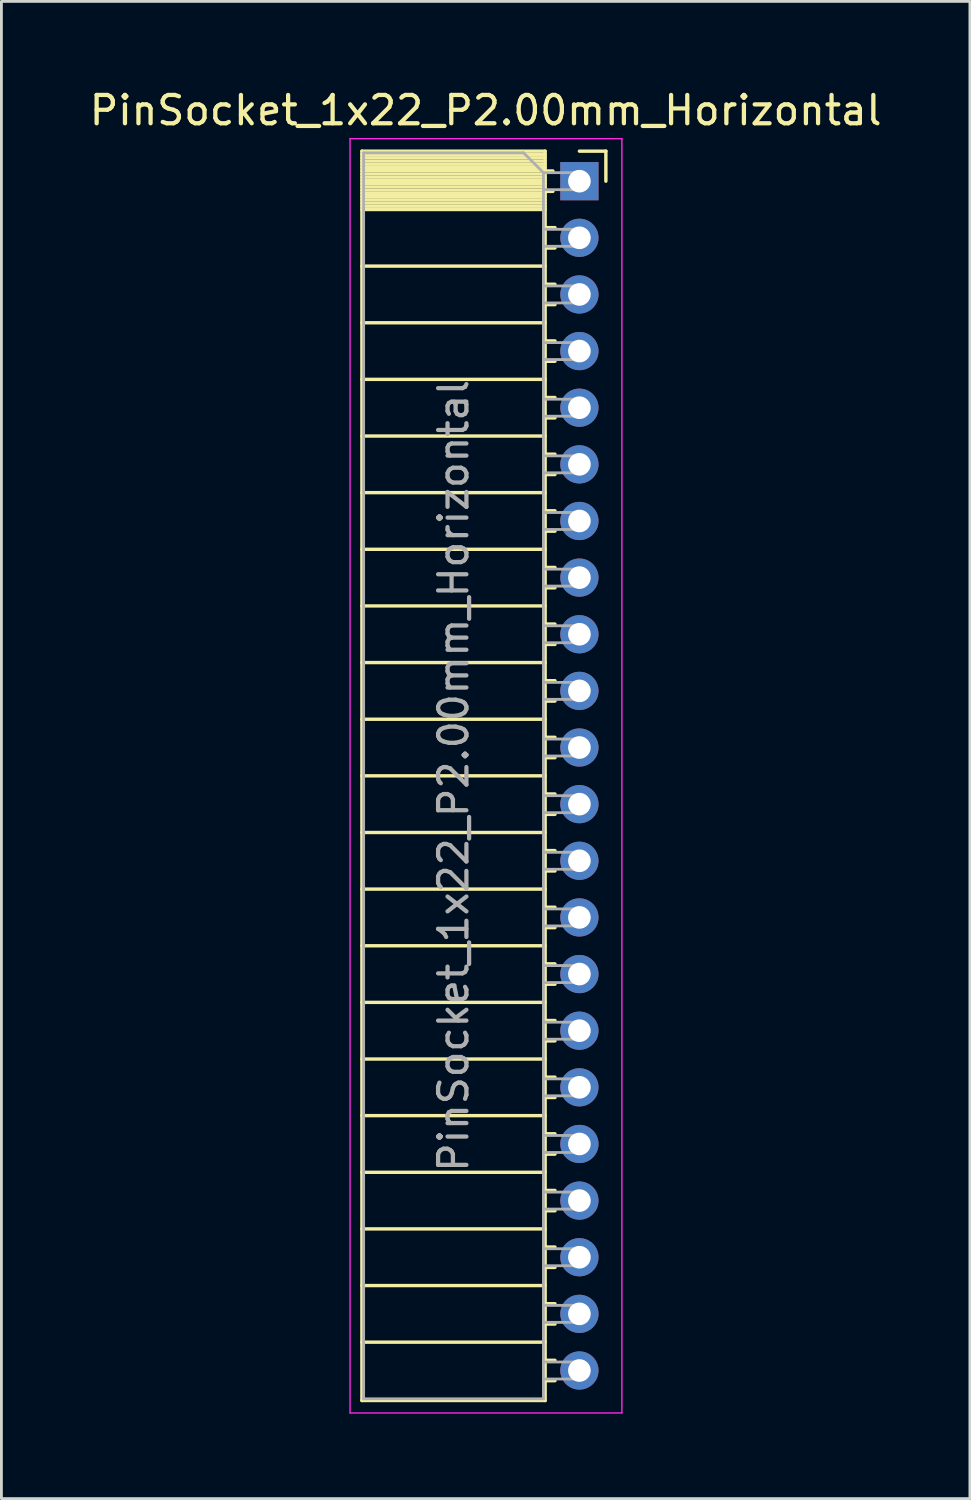
<source format=kicad_pcb>
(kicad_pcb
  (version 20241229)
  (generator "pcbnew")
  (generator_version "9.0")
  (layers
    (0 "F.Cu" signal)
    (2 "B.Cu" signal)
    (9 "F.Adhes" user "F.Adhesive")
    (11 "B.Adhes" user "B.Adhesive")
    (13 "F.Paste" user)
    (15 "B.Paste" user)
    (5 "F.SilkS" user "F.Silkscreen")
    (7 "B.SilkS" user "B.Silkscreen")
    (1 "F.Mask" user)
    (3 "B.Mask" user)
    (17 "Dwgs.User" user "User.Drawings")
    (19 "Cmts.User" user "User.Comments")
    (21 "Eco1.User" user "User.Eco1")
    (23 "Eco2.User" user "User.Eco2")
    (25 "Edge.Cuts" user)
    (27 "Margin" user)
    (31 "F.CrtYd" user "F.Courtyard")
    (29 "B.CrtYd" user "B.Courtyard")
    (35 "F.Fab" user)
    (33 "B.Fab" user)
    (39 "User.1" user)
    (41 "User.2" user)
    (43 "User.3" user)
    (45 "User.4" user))
  (footprint "PinSocket_1x22_P2.00mm_Horizontal"
    (layer "F.Cu")
    (at 17.411 3.348)
    (property "Reference" "PinSocket_1x22_P2.00mm_Horizontal" (at -3.31 -2.5 0) (layer "F.SilkS") (effects (font (size 1 1) (thickness 0.15))))
    (attr through_hole)
    (fp_line (start -7.68 -1.06) (end -7.68 43.06) (stroke (width 0.12) (type solid)) (layer "F.SilkS"))
    (fp_line (start -7.68 -1.06) (end -1.21 -1.06) (stroke (width 0.12) (type solid)) (layer "F.SilkS"))
    (fp_line (start -7.68 -0.94) (end -1.21 -0.94) (stroke (width 0.12) (type solid)) (layer "F.SilkS"))
    (fp_line (start -7.68 -0.826) (end -1.21 -0.826) (stroke (width 0.12) (type solid)) (layer "F.SilkS"))
    (fp_line (start -7.68 -0.712) (end -1.21 -0.712) (stroke (width 0.12) (type solid)) (layer "F.SilkS"))
    (fp_line (start -7.68 -0.598) (end -1.21 -0.598) (stroke (width 0.12) (type solid)) (layer "F.SilkS"))
    (fp_line (start -7.68 -0.484) (end -1.21 -0.484) (stroke (width 0.12) (type solid)) (layer "F.SilkS"))
    (fp_line (start -7.68 -0.369) (end -1.21 -0.369) (stroke (width 0.12) (type solid)) (layer "F.SilkS"))
    (fp_line (start -7.68 -0.255) (end -1.21 -0.255) (stroke (width 0.12) (type solid)) (layer "F.SilkS"))
    (fp_line (start -7.68 -0.141) (end -1.21 -0.141) (stroke (width 0.12) (type solid)) (layer "F.SilkS"))
    (fp_line (start -7.68 -0.027) (end -1.21 -0.027) (stroke (width 0.12) (type solid)) (layer "F.SilkS"))
    (fp_line (start -7.68 0.087) (end -1.21 0.087) (stroke (width 0.12) (type solid)) (layer "F.SilkS"))
    (fp_line (start -7.68 0.201) (end -1.21 0.201) (stroke (width 0.12) (type solid)) (layer "F.SilkS"))
    (fp_line (start -7.68 0.315) (end -1.21 0.315) (stroke (width 0.12) (type solid)) (layer "F.SilkS"))
    (fp_line (start -7.68 0.429) (end -1.21 0.429) (stroke (width 0.12) (type solid)) (layer "F.SilkS"))
    (fp_line (start -7.68 0.544) (end -1.21 0.544) (stroke (width 0.12) (type solid)) (layer "F.SilkS"))
    (fp_line (start -7.68 0.658) (end -1.21 0.658) (stroke (width 0.12) (type solid)) (layer "F.SilkS"))
    (fp_line (start -7.68 0.772) (end -1.21 0.772) (stroke (width 0.12) (type solid)) (layer "F.SilkS"))
    (fp_line (start -7.68 0.886) (end -1.21 0.886) (stroke (width 0.12) (type solid)) (layer "F.SilkS"))
    (fp_line (start -7.68 1) (end -1.21 1) (stroke (width 0.12) (type solid)) (layer "F.SilkS"))
    (fp_line (start -7.68 3) (end -1.21 3) (stroke (width 0.12) (type solid)) (layer "F.SilkS"))
    (fp_line (start -7.68 5) (end -1.21 5) (stroke (width 0.12) (type solid)) (layer "F.SilkS"))
    (fp_line (start -7.68 7) (end -1.21 7) (stroke (width 0.12) (type solid)) (layer "F.SilkS"))
    (fp_line (start -7.68 9) (end -1.21 9) (stroke (width 0.12) (type solid)) (layer "F.SilkS"))
    (fp_line (start -7.68 11) (end -1.21 11) (stroke (width 0.12) (type solid)) (layer "F.SilkS"))
    (fp_line (start -7.68 13) (end -1.21 13) (stroke (width 0.12) (type solid)) (layer "F.SilkS"))
    (fp_line (start -7.68 15) (end -1.21 15) (stroke (width 0.12) (type solid)) (layer "F.SilkS"))
    (fp_line (start -7.68 17) (end -1.21 17) (stroke (width 0.12) (type solid)) (layer "F.SilkS"))
    (fp_line (start -7.68 19) (end -1.21 19) (stroke (width 0.12) (type solid)) (layer "F.SilkS"))
    (fp_line (start -7.68 21) (end -1.21 21) (stroke (width 0.12) (type solid)) (layer "F.SilkS"))
    (fp_line (start -7.68 23) (end -1.21 23) (stroke (width 0.12) (type solid)) (layer "F.SilkS"))
    (fp_line (start -7.68 25) (end -1.21 25) (stroke (width 0.12) (type solid)) (layer "F.SilkS"))
    (fp_line (start -7.68 27) (end -1.21 27) (stroke (width 0.12) (type solid)) (layer "F.SilkS"))
    (fp_line (start -7.68 29) (end -1.21 29) (stroke (width 0.12) (type solid)) (layer "F.SilkS"))
    (fp_line (start -7.68 31) (end -1.21 31) (stroke (width 0.12) (type solid)) (layer "F.SilkS"))
    (fp_line (start -7.68 33) (end -1.21 33) (stroke (width 0.12) (type solid)) (layer "F.SilkS"))
    (fp_line (start -7.68 35) (end -1.21 35) (stroke (width 0.12) (type solid)) (layer "F.SilkS"))
    (fp_line (start -7.68 37) (end -1.21 37) (stroke (width 0.12) (type solid)) (layer "F.SilkS"))
    (fp_line (start -7.68 39) (end -1.21 39) (stroke (width 0.12) (type solid)) (layer "F.SilkS"))
    (fp_line (start -7.68 41) (end -1.21 41) (stroke (width 0.12) (type solid)) (layer "F.SilkS"))
    (fp_line (start -7.68 43.06) (end -1.21 43.06) (stroke (width 0.12) (type solid)) (layer "F.SilkS"))
    (fp_line (start -1.21 -1.06) (end -1.21 43.06) (stroke (width 0.12) (type solid)) (layer "F.SilkS"))
    (fp_line (start -1.21 -0.36) (end -0.935 -0.36) (stroke (width 0.12) (type solid)) (layer "F.SilkS"))
    (fp_line (start -1.21 0.36) (end -0.935 0.36) (stroke (width 0.12) (type solid)) (layer "F.SilkS"))
    (fp_line (start -1.21 1.64) (end -0.863 1.64) (stroke (width 0.12) (type solid)) (layer "F.SilkS"))
    (fp_line (start -1.21 2.36) (end -0.863 2.36) (stroke (width 0.12) (type solid)) (layer "F.SilkS"))
    (fp_line (start -1.21 3.64) (end -0.863 3.64) (stroke (width 0.12) (type solid)) (layer "F.SilkS"))
    (fp_line (start -1.21 4.36) (end -0.863 4.36) (stroke (width 0.12) (type solid)) (layer "F.SilkS"))
    (fp_line (start -1.21 5.64) (end -0.863 5.64) (stroke (width 0.12) (type solid)) (layer "F.SilkS"))
    (fp_line (start -1.21 6.36) (end -0.863 6.36) (stroke (width 0.12) (type solid)) (layer "F.SilkS"))
    (fp_line (start -1.21 7.64) (end -0.863 7.64) (stroke (width 0.12) (type solid)) (layer "F.SilkS"))
    (fp_line (start -1.21 8.36) (end -0.863 8.36) (stroke (width 0.12) (type solid)) (layer "F.SilkS"))
    (fp_line (start -1.21 9.64) (end -0.863 9.64) (stroke (width 0.12) (type solid)) (layer "F.SilkS"))
    (fp_line (start -1.21 10.36) (end -0.863 10.36) (stroke (width 0.12) (type solid)) (layer "F.SilkS"))
    (fp_line (start -1.21 11.64) (end -0.863 11.64) (stroke (width 0.12) (type solid)) (layer "F.SilkS"))
    (fp_line (start -1.21 12.36) (end -0.863 12.36) (stroke (width 0.12) (type solid)) (layer "F.SilkS"))
    (fp_line (start -1.21 13.64) (end -0.863 13.64) (stroke (width 0.12) (type solid)) (layer "F.SilkS"))
    (fp_line (start -1.21 14.36) (end -0.863 14.36) (stroke (width 0.12) (type solid)) (layer "F.SilkS"))
    (fp_line (start -1.21 15.64) (end -0.863 15.64) (stroke (width 0.12) (type solid)) (layer "F.SilkS"))
    (fp_line (start -1.21 16.36) (end -0.863 16.36) (stroke (width 0.12) (type solid)) (layer "F.SilkS"))
    (fp_line (start -1.21 17.64) (end -0.863 17.64) (stroke (width 0.12) (type solid)) (layer "F.SilkS"))
    (fp_line (start -1.21 18.36) (end -0.863 18.36) (stroke (width 0.12) (type solid)) (layer "F.SilkS"))
    (fp_line (start -1.21 19.64) (end -0.863 19.64) (stroke (width 0.12) (type solid)) (layer "F.SilkS"))
    (fp_line (start -1.21 20.36) (end -0.863 20.36) (stroke (width 0.12) (type solid)) (layer "F.SilkS"))
    (fp_line (start -1.21 21.64) (end -0.863 21.64) (stroke (width 0.12) (type solid)) (layer "F.SilkS"))
    (fp_line (start -1.21 22.36) (end -0.863 22.36) (stroke (width 0.12) (type solid)) (layer "F.SilkS"))
    (fp_line (start -1.21 23.64) (end -0.863 23.64) (stroke (width 0.12) (type solid)) (layer "F.SilkS"))
    (fp_line (start -1.21 24.36) (end -0.863 24.36) (stroke (width 0.12) (type solid)) (layer "F.SilkS"))
    (fp_line (start -1.21 25.64) (end -0.863 25.64) (stroke (width 0.12) (type solid)) (layer "F.SilkS"))
    (fp_line (start -1.21 26.36) (end -0.863 26.36) (stroke (width 0.12) (type solid)) (layer "F.SilkS"))
    (fp_line (start -1.21 27.64) (end -0.863 27.64) (stroke (width 0.12) (type solid)) (layer "F.SilkS"))
    (fp_line (start -1.21 28.36) (end -0.863 28.36) (stroke (width 0.12) (type solid)) (layer "F.SilkS"))
    (fp_line (start -1.21 29.64) (end -0.863 29.64) (stroke (width 0.12) (type solid)) (layer "F.SilkS"))
    (fp_line (start -1.21 30.36) (end -0.863 30.36) (stroke (width 0.12) (type solid)) (layer "F.SilkS"))
    (fp_line (start -1.21 31.64) (end -0.863 31.64) (stroke (width 0.12) (type solid)) (layer "F.SilkS"))
    (fp_line (start -1.21 32.36) (end -0.863 32.36) (stroke (width 0.12) (type solid)) (layer "F.SilkS"))
    (fp_line (start -1.21 33.64) (end -0.863 33.64) (stroke (width 0.12) (type solid)) (layer "F.SilkS"))
    (fp_line (start -1.21 34.36) (end -0.863 34.36) (stroke (width 0.12) (type solid)) (layer "F.SilkS"))
    (fp_line (start -1.21 35.64) (end -0.863 35.64) (stroke (width 0.12) (type solid)) (layer "F.SilkS"))
    (fp_line (start -1.21 36.36) (end -0.863 36.36) (stroke (width 0.12) (type solid)) (layer "F.SilkS"))
    (fp_line (start -1.21 37.64) (end -0.863 37.64) (stroke (width 0.12) (type solid)) (layer "F.SilkS"))
    (fp_line (start -1.21 38.36) (end -0.863 38.36) (stroke (width 0.12) (type solid)) (layer "F.SilkS"))
    (fp_line (start -1.21 39.64) (end -0.863 39.64) (stroke (width 0.12) (type solid)) (layer "F.SilkS"))
    (fp_line (start -1.21 40.36) (end -0.863 40.36) (stroke (width 0.12) (type solid)) (layer "F.SilkS"))
    (fp_line (start -1.21 41.64) (end -0.863 41.64) (stroke (width 0.12) (type solid)) (layer "F.SilkS"))
    (fp_line (start -1.21 42.36) (end -0.863 42.36) (stroke (width 0.12) (type solid)) (layer "F.SilkS"))
    (fp_line (start 0 -1.06) (end 0.935 -1.06) (stroke (width 0.12) (type solid)) (layer "F.SilkS"))
    (fp_line (start 0.935 -1.06) (end 0.935 0) (stroke (width 0.12) (type solid)) (layer "F.SilkS"))
    (fp_line (start -8.1 -1.5) (end -8.1 43.5) (stroke (width 0.05) (type solid)) (layer "F.CrtYd"))
    (fp_line (start -8.1 43.5) (end 1.5 43.5) (stroke (width 0.05) (type solid)) (layer "F.CrtYd"))
    (fp_line (start 1.5 -1.5) (end -8.1 -1.5) (stroke (width 0.05) (type solid)) (layer "F.CrtYd"))
    (fp_line (start 1.5 43.5) (end 1.5 -1.5) (stroke (width 0.05) (type solid)) (layer "F.CrtYd"))
    (fp_line (start -7.62 -1) (end -1.97 -1) (stroke (width 0.1) (type solid)) (layer "F.Fab"))
    (fp_line (start -7.62 43) (end -7.62 -1) (stroke (width 0.1) (type solid)) (layer "F.Fab"))
    (fp_line (start -1.97 -1) (end -1.27 -0.3) (stroke (width 0.1) (type solid)) (layer "F.Fab"))
    (fp_line (start -1.27 -0.3) (end -1.27 43) (stroke (width 0.1) (type solid)) (layer "F.Fab"))
    (fp_line (start -1.27 0.3) (end 0 0.3) (stroke (width 0.1) (type solid)) (layer "F.Fab"))
    (fp_line (start -1.27 2.3) (end 0 2.3) (stroke (width 0.1) (type solid)) (layer "F.Fab"))
    (fp_line (start -1.27 4.3) (end 0 4.3) (stroke (width 0.1) (type solid)) (layer "F.Fab"))
    (fp_line (start -1.27 6.3) (end 0 6.3) (stroke (width 0.1) (type solid)) (layer "F.Fab"))
    (fp_line (start -1.27 8.3) (end 0 8.3) (stroke (width 0.1) (type solid)) (layer "F.Fab"))
    (fp_line (start -1.27 10.3) (end 0 10.3) (stroke (width 0.1) (type solid)) (layer "F.Fab"))
    (fp_line (start -1.27 12.3) (end 0 12.3) (stroke (width 0.1) (type solid)) (layer "F.Fab"))
    (fp_line (start -1.27 14.3) (end 0 14.3) (stroke (width 0.1) (type solid)) (layer "F.Fab"))
    (fp_line (start -1.27 16.3) (end 0 16.3) (stroke (width 0.1) (type solid)) (layer "F.Fab"))
    (fp_line (start -1.27 18.3) (end 0 18.3) (stroke (width 0.1) (type solid)) (layer "F.Fab"))
    (fp_line (start -1.27 20.3) (end 0 20.3) (stroke (width 0.1) (type solid)) (layer "F.Fab"))
    (fp_line (start -1.27 22.3) (end 0 22.3) (stroke (width 0.1) (type solid)) (layer "F.Fab"))
    (fp_line (start -1.27 24.3) (end 0 24.3) (stroke (width 0.1) (type solid)) (layer "F.Fab"))
    (fp_line (start -1.27 26.3) (end 0 26.3) (stroke (width 0.1) (type solid)) (layer "F.Fab"))
    (fp_line (start -1.27 28.3) (end 0 28.3) (stroke (width 0.1) (type solid)) (layer "F.Fab"))
    (fp_line (start -1.27 30.3) (end 0 30.3) (stroke (width 0.1) (type solid)) (layer "F.Fab"))
    (fp_line (start -1.27 32.3) (end 0 32.3) (stroke (width 0.1) (type solid)) (layer "F.Fab"))
    (fp_line (start -1.27 34.3) (end 0 34.3) (stroke (width 0.1) (type solid)) (layer "F.Fab"))
    (fp_line (start -1.27 36.3) (end 0 36.3) (stroke (width 0.1) (type solid)) (layer "F.Fab"))
    (fp_line (start -1.27 38.3) (end 0 38.3) (stroke (width 0.1) (type solid)) (layer "F.Fab"))
    (fp_line (start -1.27 40.3) (end 0 40.3) (stroke (width 0.1) (type solid)) (layer "F.Fab"))
    (fp_line (start -1.27 42.3) (end 0 42.3) (stroke (width 0.1) (type solid)) (layer "F.Fab"))
    (fp_line (start -1.27 43) (end -7.62 43) (stroke (width 0.1) (type solid)) (layer "F.Fab"))
    (fp_line (start 0 -0.3) (end -1.27 -0.3) (stroke (width 0.1) (type solid)) (layer "F.Fab"))
    (fp_line (start 0 0.3) (end 0 -0.3) (stroke (width 0.1) (type solid)) (layer "F.Fab"))
    (fp_line (start 0 1.7) (end -1.27 1.7) (stroke (width 0.1) (type solid)) (layer "F.Fab"))
    (fp_line (start 0 2.3) (end 0 1.7) (stroke (width 0.1) (type solid)) (layer "F.Fab"))
    (fp_line (start 0 3.7) (end -1.27 3.7) (stroke (width 0.1) (type solid)) (layer "F.Fab"))
    (fp_line (start 0 4.3) (end 0 3.7) (stroke (width 0.1) (type solid)) (layer "F.Fab"))
    (fp_line (start 0 5.7) (end -1.27 5.7) (stroke (width 0.1) (type solid)) (layer "F.Fab"))
    (fp_line (start 0 6.3) (end 0 5.7) (stroke (width 0.1) (type solid)) (layer "F.Fab"))
    (fp_line (start 0 7.7) (end -1.27 7.7) (stroke (width 0.1) (type solid)) (layer "F.Fab"))
    (fp_line (start 0 8.3) (end 0 7.7) (stroke (width 0.1) (type solid)) (layer "F.Fab"))
    (fp_line (start 0 9.7) (end -1.27 9.7) (stroke (width 0.1) (type solid)) (layer "F.Fab"))
    (fp_line (start 0 10.3) (end 0 9.7) (stroke (width 0.1) (type solid)) (layer "F.Fab"))
    (fp_line (start 0 11.7) (end -1.27 11.7) (stroke (width 0.1) (type solid)) (layer "F.Fab"))
    (fp_line (start 0 12.3) (end 0 11.7) (stroke (width 0.1) (type solid)) (layer "F.Fab"))
    (fp_line (start 0 13.7) (end -1.27 13.7) (stroke (width 0.1) (type solid)) (layer "F.Fab"))
    (fp_line (start 0 14.3) (end 0 13.7) (stroke (width 0.1) (type solid)) (layer "F.Fab"))
    (fp_line (start 0 15.7) (end -1.27 15.7) (stroke (width 0.1) (type solid)) (layer "F.Fab"))
    (fp_line (start 0 16.3) (end 0 15.7) (stroke (width 0.1) (type solid)) (layer "F.Fab"))
    (fp_line (start 0 17.7) (end -1.27 17.7) (stroke (width 0.1) (type solid)) (layer "F.Fab"))
    (fp_line (start 0 18.3) (end 0 17.7) (stroke (width 0.1) (type solid)) (layer "F.Fab"))
    (fp_line (start 0 19.7) (end -1.27 19.7) (stroke (width 0.1) (type solid)) (layer "F.Fab"))
    (fp_line (start 0 20.3) (end 0 19.7) (stroke (width 0.1) (type solid)) (layer "F.Fab"))
    (fp_line (start 0 21.7) (end -1.27 21.7) (stroke (width 0.1) (type solid)) (layer "F.Fab"))
    (fp_line (start 0 22.3) (end 0 21.7) (stroke (width 0.1) (type solid)) (layer "F.Fab"))
    (fp_line (start 0 23.7) (end -1.27 23.7) (stroke (width 0.1) (type solid)) (layer "F.Fab"))
    (fp_line (start 0 24.3) (end 0 23.7) (stroke (width 0.1) (type solid)) (layer "F.Fab"))
    (fp_line (start 0 25.7) (end -1.27 25.7) (stroke (width 0.1) (type solid)) (layer "F.Fab"))
    (fp_line (start 0 26.3) (end 0 25.7) (stroke (width 0.1) (type solid)) (layer "F.Fab"))
    (fp_line (start 0 27.7) (end -1.27 27.7) (stroke (width 0.1) (type solid)) (layer "F.Fab"))
    (fp_line (start 0 28.3) (end 0 27.7) (stroke (width 0.1) (type solid)) (layer "F.Fab"))
    (fp_line (start 0 29.7) (end -1.27 29.7) (stroke (width 0.1) (type solid)) (layer "F.Fab"))
    (fp_line (start 0 30.3) (end 0 29.7) (stroke (width 0.1) (type solid)) (layer "F.Fab"))
    (fp_line (start 0 31.7) (end -1.27 31.7) (stroke (width 0.1) (type solid)) (layer "F.Fab"))
    (fp_line (start 0 32.3) (end 0 31.7) (stroke (width 0.1) (type solid)) (layer "F.Fab"))
    (fp_line (start 0 33.7) (end -1.27 33.7) (stroke (width 0.1) (type solid)) (layer "F.Fab"))
    (fp_line (start 0 34.3) (end 0 33.7) (stroke (width 0.1) (type solid)) (layer "F.Fab"))
    (fp_line (start 0 35.7) (end -1.27 35.7) (stroke (width 0.1) (type solid)) (layer "F.Fab"))
    (fp_line (start 0 36.3) (end 0 35.7) (stroke (width 0.1) (type solid)) (layer "F.Fab"))
    (fp_line (start 0 37.7) (end -1.27 37.7) (stroke (width 0.1) (type solid)) (layer "F.Fab"))
    (fp_line (start 0 38.3) (end 0 37.7) (stroke (width 0.1) (type solid)) (layer "F.Fab"))
    (fp_line (start 0 39.7) (end -1.27 39.7) (stroke (width 0.1) (type solid)) (layer "F.Fab"))
    (fp_line (start 0 40.3) (end 0 39.7) (stroke (width 0.1) (type solid)) (layer "F.Fab"))
    (fp_line (start 0 41.7) (end -1.27 41.7) (stroke (width 0.1) (type solid)) (layer "F.Fab"))
    (fp_line (start 0 42.3) (end 0 41.7) (stroke (width 0.1) (type solid)) (layer "F.Fab"))
    (fp_text user "${REFERENCE}" (at -4.445 21 90) (layer "F.Fab") (effects (font (size 1 1) (thickness 0.15))))
    (pad "1" thru_hole rect (at 0 0) (size 1.35 1.35) (drill 0.8) (layers "*.Cu" "*.Mask"))
    (pad "2" thru_hole circle (at 0 2) (size 1.35 1.35) (drill 0.8) (layers "*.Cu" "*.Mask"))
    (pad "3" thru_hole circle (at 0 4) (size 1.35 1.35) (drill 0.8) (layers "*.Cu" "*.Mask"))
    (pad "4" thru_hole circle (at 0 6) (size 1.35 1.35) (drill 0.8) (layers "*.Cu" "*.Mask"))
    (pad "5" thru_hole circle (at 0 8) (size 1.35 1.35) (drill 0.8) (layers "*.Cu" "*.Mask"))
    (pad "6" thru_hole circle (at 0 10) (size 1.35 1.35) (drill 0.8) (layers "*.Cu" "*.Mask"))
    (pad "7" thru_hole circle (at 0 12) (size 1.35 1.35) (drill 0.8) (layers "*.Cu" "*.Mask"))
    (pad "8" thru_hole circle (at 0 14) (size 1.35 1.35) (drill 0.8) (layers "*.Cu" "*.Mask"))
    (pad "9" thru_hole circle (at 0 16) (size 1.35 1.35) (drill 0.8) (layers "*.Cu" "*.Mask"))
    (pad "10" thru_hole circle (at 0 18) (size 1.35 1.35) (drill 0.8) (layers "*.Cu" "*.Mask"))
    (pad "11" thru_hole circle (at 0 20) (size 1.35 1.35) (drill 0.8) (layers "*.Cu" "*.Mask"))
    (pad "12" thru_hole circle (at 0 22) (size 1.35 1.35) (drill 0.8) (layers "*.Cu" "*.Mask"))
    (pad "13" thru_hole circle (at 0 24) (size 1.35 1.35) (drill 0.8) (layers "*.Cu" "*.Mask"))
    (pad "14" thru_hole circle (at 0 26) (size 1.35 1.35) (drill 0.8) (layers "*.Cu" "*.Mask"))
    (pad "15" thru_hole circle (at 0 28) (size 1.35 1.35) (drill 0.8) (layers "*.Cu" "*.Mask"))
    (pad "16" thru_hole circle (at 0 30) (size 1.35 1.35) (drill 0.8) (layers "*.Cu" "*.Mask"))
    (pad "17" thru_hole circle (at 0 32) (size 1.35 1.35) (drill 0.8) (layers "*.Cu" "*.Mask"))
    (pad "18" thru_hole circle (at 0 34) (size 1.35 1.35) (drill 0.8) (layers "*.Cu" "*.Mask"))
    (pad "19" thru_hole circle (at 0 36) (size 1.35 1.35) (drill 0.8) (layers "*.Cu" "*.Mask"))
    (pad "20" thru_hole circle (at 0 38) (size 1.35 1.35) (drill 0.8) (layers "*.Cu" "*.Mask"))
    (pad "21" thru_hole circle (at 0 40) (size 1.35 1.35) (drill 0.8) (layers "*.Cu" "*.Mask"))
    (pad "22" thru_hole circle (at 0 42) (size 1.35 1.35) (drill 0.8) (layers "*.Cu" "*.Mask")))
  (gr_rect
    (start -3 -3)
    (end 31.202 49.873)
    (stroke (width 0.1) (type default))
    (fill no)
    (layer "Edge.Cuts")))
</source>
